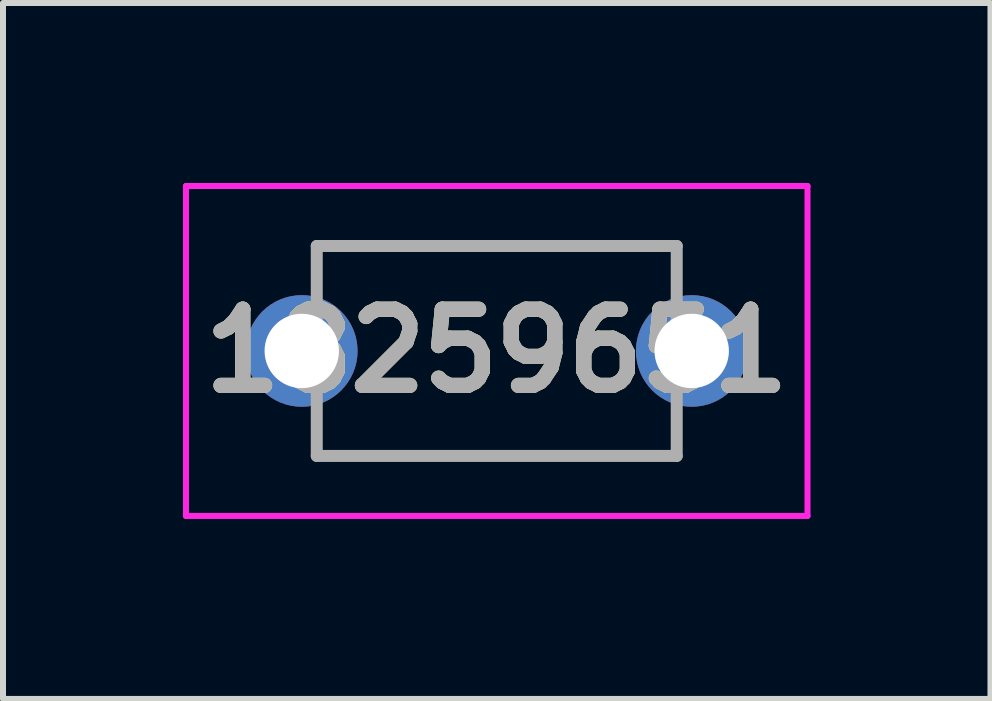
<source format=kicad_pcb>
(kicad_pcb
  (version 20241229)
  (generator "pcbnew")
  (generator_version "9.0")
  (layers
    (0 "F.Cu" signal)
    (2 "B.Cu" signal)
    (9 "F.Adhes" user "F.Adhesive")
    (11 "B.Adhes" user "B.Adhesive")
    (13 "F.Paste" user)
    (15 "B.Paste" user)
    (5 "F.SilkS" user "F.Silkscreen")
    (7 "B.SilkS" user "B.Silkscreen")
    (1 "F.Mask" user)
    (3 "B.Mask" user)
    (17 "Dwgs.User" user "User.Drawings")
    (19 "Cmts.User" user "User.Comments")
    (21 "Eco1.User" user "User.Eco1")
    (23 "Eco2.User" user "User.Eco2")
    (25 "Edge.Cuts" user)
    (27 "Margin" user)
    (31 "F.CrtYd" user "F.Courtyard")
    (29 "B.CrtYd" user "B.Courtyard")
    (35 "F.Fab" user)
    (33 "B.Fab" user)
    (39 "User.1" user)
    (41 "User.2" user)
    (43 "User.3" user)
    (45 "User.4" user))
  (footprint "18259651"
    (layer "F.Cu")
    (at 1.98 2.8)
    (property "Reference" "18259651" (at 3.25 0 0) (layer "F.SilkS") (effects (font (size 1.27 1.27) (thickness 0.254))))
    (attr through_hole)
    (fp_line (start 0.25 -1.75) (end 6.25 -1.75) (stroke (width 0.1) (type solid)) (layer "F.SilkS"))
    (fp_line (start 0.25 -1.2) (end 0.25 -1.75) (stroke (width 0.1) (type solid)) (layer "F.SilkS"))
    (fp_line (start 0.25 1.2) (end 0.25 1.75) (stroke (width 0.1) (type solid)) (layer "F.SilkS"))
    (fp_line (start 0.25 1.75) (end 6.25 1.75) (stroke (width 0.1) (type solid)) (layer "F.SilkS"))
    (fp_line (start 6.25 -1.75) (end 6.25 -1.2) (stroke (width 0.1) (type solid)) (layer "F.SilkS"))
    (fp_line (start 6.25 1.75) (end 6.25 1.2) (stroke (width 0.1) (type solid)) (layer "F.SilkS"))
    (fp_line (start -1.93 -2.75) (end 8.43 -2.75) (stroke (width 0.1) (type solid)) (layer "F.CrtYd"))
    (fp_line (start -1.93 2.75) (end -1.93 -2.75) (stroke (width 0.1) (type solid)) (layer "F.CrtYd"))
    (fp_line (start 8.43 -2.75) (end 8.43 2.75) (stroke (width 0.1) (type solid)) (layer "F.CrtYd"))
    (fp_line (start 8.43 2.75) (end -1.93 2.75) (stroke (width 0.1) (type solid)) (layer "F.CrtYd"))
    (fp_line (start 0.25 -1.75) (end 6.25 -1.75) (stroke (width 0.2) (type solid)) (layer "F.Fab"))
    (fp_line (start 0.25 1.75) (end 0.25 -1.75) (stroke (width 0.2) (type solid)) (layer "F.Fab"))
    (fp_line (start 6.25 -1.75) (end 6.25 1.75) (stroke (width 0.2) (type solid)) (layer "F.Fab"))
    (fp_line (start 6.25 1.75) (end 0.25 1.75) (stroke (width 0.2) (type solid)) (layer "F.Fab"))
    (fp_text user "${REFERENCE}" (at 3.25 0 0) (layer "F.Fab") (effects (font (size 1.27 1.27) (thickness 0.254))))
    (pad "1" thru_hole circle (at 0 0) (size 1.86 1.86) (drill 1.24) (layers "*.Cu" "*.Mask"))
    (pad "2" thru_hole circle (at 6.5 0) (size 1.86 1.86) (drill 1.24) (layers "*.Cu" "*.Mask")))
  (gr_rect
    (start -3 -3)
    (end 13.46 8.6)
    (stroke (width 0.1) (type default))
    (fill no)
    (layer "Edge.Cuts")))
</source>
